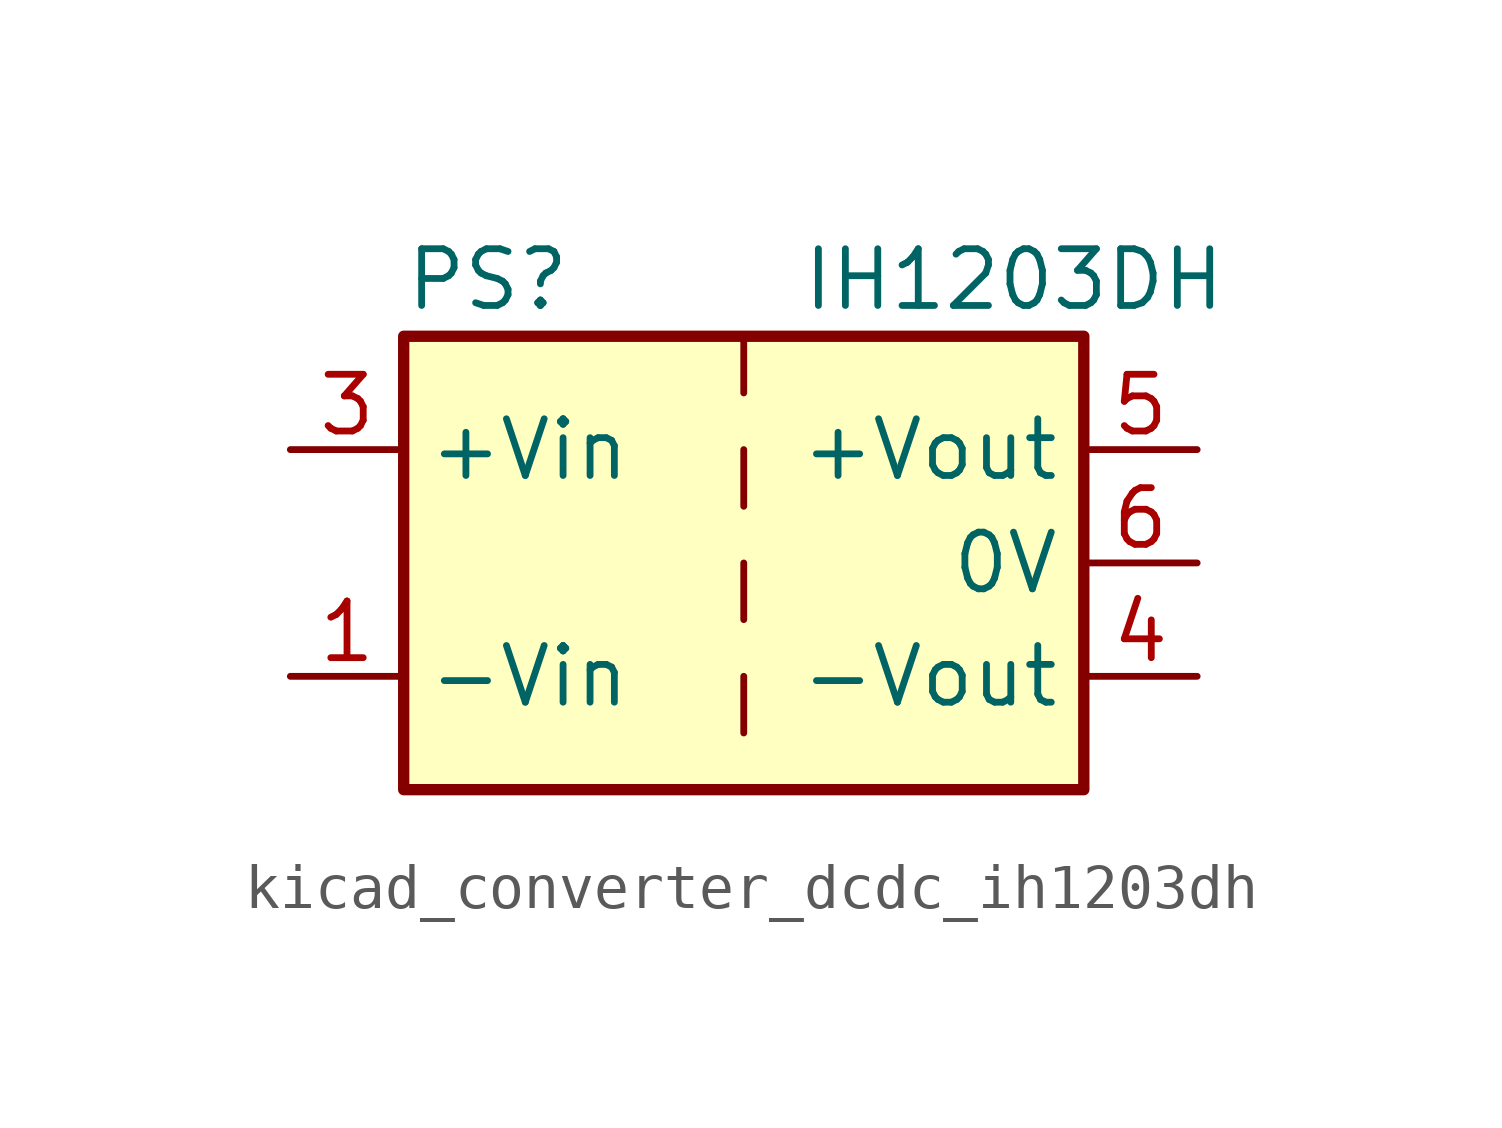
<source format=kicad_sym>
(kicad_symbol_lib
  (version 20220914)
  (generator kicad_symbol_editor)
  (symbol "kicad_converter_dcdc_ih1203dh"
    (property "Reference" "PS"
      (at -7.62 6.35 0)
      (effects (font (size 1.27 1.27)) (justify left)))
    (property "Value" "IH1203DH"
      (at 1.27 6.35 0)
      (effects (font (size 1.27 1.27)) (justify left)))
    (symbol "kicad_converter_dcdc_ih1203dh_0_0"
      (pin power_in line (at -10.16 -2.54 0) (length 2.54) (name "-Vin" (effects (font (size 1.27 1.27)))) (number "1" (effects (font (size 1.27 1.27)))))
      (pin power_in line (at -10.16 2.54 0) (length 2.54) (name "+Vin" (effects (font (size 1.27 1.27)))) (number "3" (effects (font (size 1.27 1.27)))))
      (pin power_out line (at 10.16 -2.54 180) (length 2.54) (name "-Vout" (effects (font (size 1.27 1.27)))) (number "4" (effects (font (size 1.27 1.27)))))
      (pin power_out line (at 10.16 2.54 180) (length 2.54) (name "+Vout" (effects (font (size 1.27 1.27)))) (number "5" (effects (font (size 1.27 1.27)))))
      (pin power_out line (at 10.16 0 180) (length 2.54) (name "0V" (effects (font (size 1.27 1.27)))) (number "6" (effects (font (size 1.27 1.27))))))
    (symbol "kicad_converter_dcdc_ih1203dh_0_1"
      (rectangle (start -7.62 5.08) (end 7.62 -5.08) (stroke (width 0.254) (type default)) (fill (type background)))
      (polyline (pts (xy 0 -2.54) (xy 0 -3.81)) (stroke (width 0) (type default)) (fill (type none)))
      (polyline (pts (xy 0 0) (xy 0 -1.27)) (stroke (width 0) (type default)) (fill (type none)))
      (polyline (pts (xy 0 2.54) (xy 0 1.27)) (stroke (width 0) (type default)) (fill (type none)))
      (polyline (pts (xy 0 5.08) (xy 0 3.81)) (stroke (width 0) (type default)) (fill (type none))))
    (symbol "kicad_converter_dcdc_ih1203dh_1_1"
      (pin no_connect line (at 0 -5.08 90) (length 2.54) hide (name "NC" (effects (font (size 1.27 1.27)))) (number "2" (effects (font (size 1.27 1.27))))))))
</source>
